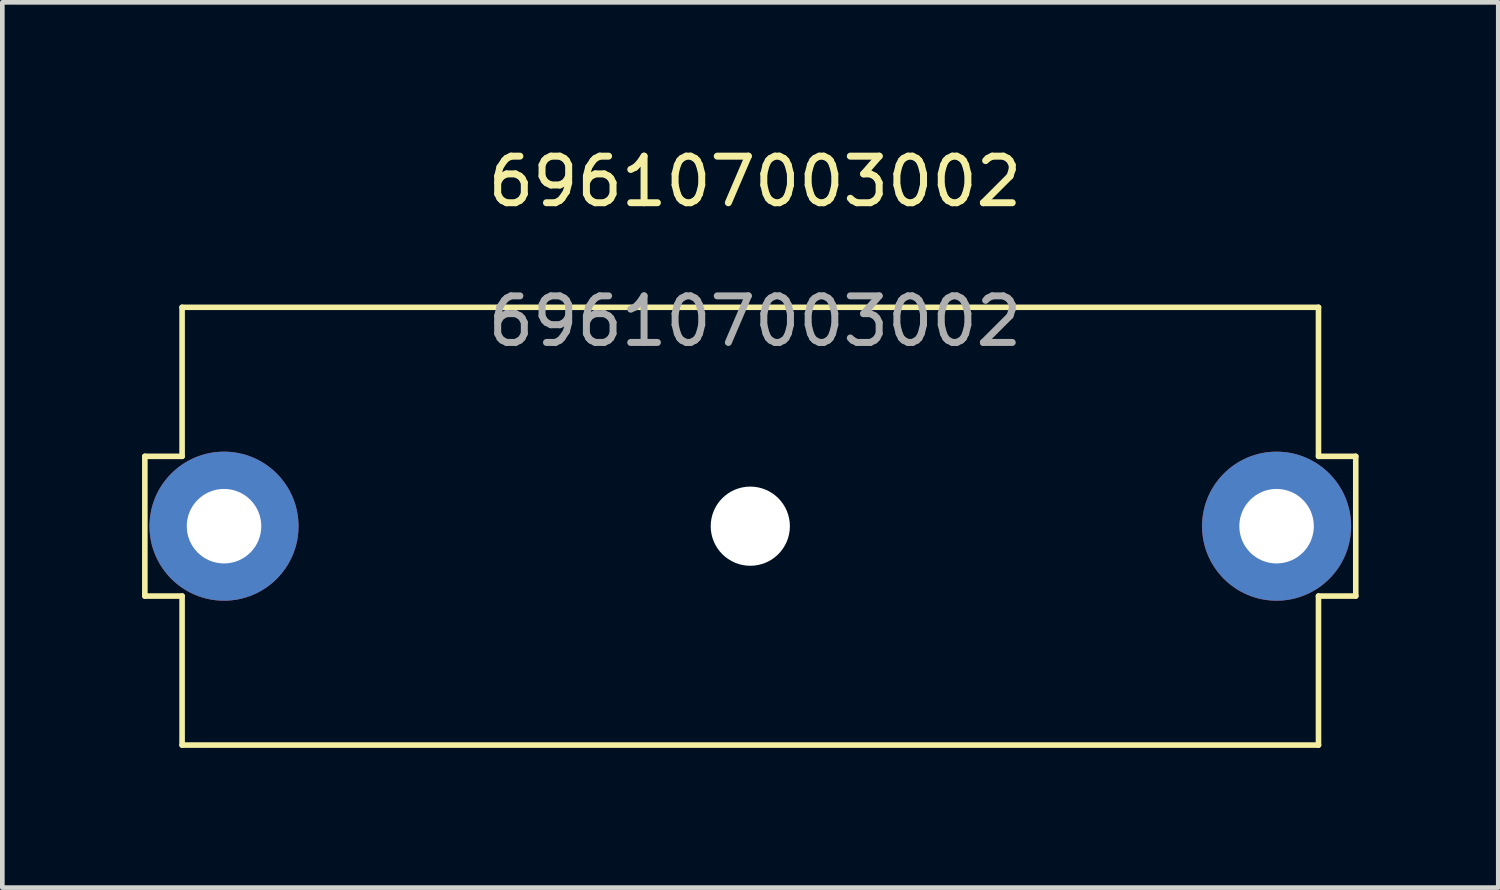
<source format=kicad_pcb>
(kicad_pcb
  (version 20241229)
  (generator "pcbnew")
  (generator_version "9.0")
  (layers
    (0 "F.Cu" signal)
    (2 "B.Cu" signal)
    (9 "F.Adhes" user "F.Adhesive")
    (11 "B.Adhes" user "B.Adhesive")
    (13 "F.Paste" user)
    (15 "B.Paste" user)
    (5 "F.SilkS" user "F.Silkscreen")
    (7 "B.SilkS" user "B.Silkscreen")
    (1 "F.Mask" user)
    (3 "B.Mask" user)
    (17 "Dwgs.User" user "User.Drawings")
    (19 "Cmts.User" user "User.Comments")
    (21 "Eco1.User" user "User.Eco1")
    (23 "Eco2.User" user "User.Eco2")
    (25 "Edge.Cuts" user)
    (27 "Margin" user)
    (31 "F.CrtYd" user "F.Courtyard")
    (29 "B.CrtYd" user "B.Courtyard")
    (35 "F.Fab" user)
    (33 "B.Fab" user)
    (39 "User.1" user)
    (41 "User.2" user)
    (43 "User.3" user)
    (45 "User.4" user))
  (footprint "696107003002"
    (layer "F.Cu")
    (at 13.06 8.248)
    (property "Reference" "696107003002" (at 0.1 -7.4 0) (unlocked yes) (layer "F.SilkS") (effects (font (size 1 1) (thickness 0.15))))
    (attr through_hole)
    (fp_line (start -13 -1.5) (end -13 1.5) (stroke (width 0.12) (type solid)) (layer "F.SilkS"))
    (fp_line (start -13 1.5) (end -12.2 1.5) (stroke (width 0.12) (type solid)) (layer "F.SilkS"))
    (fp_line (start -12.2 -4.7) (end -12.2 -1.5) (stroke (width 0.12) (type solid)) (layer "F.SilkS"))
    (fp_line (start -12.2 -4.7) (end 12.2 -4.7) (stroke (width 0.12) (type solid)) (layer "F.SilkS"))
    (fp_line (start -12.2 -1.5) (end -13 -1.5) (stroke (width 0.12) (type solid)) (layer "F.SilkS"))
    (fp_line (start -12.2 1.5) (end -12.2 4.7) (stroke (width 0.12) (type solid)) (layer "F.SilkS"))
    (fp_line (start 12.2 -4.7) (end 12.2 -1.5) (stroke (width 0.12) (type solid)) (layer "F.SilkS"))
    (fp_line (start 12.2 4.7) (end -12.2 4.7) (stroke (width 0.12) (type solid)) (layer "F.SilkS"))
    (fp_line (start 12.2 4.7) (end 12.2 1.5) (stroke (width 0.12) (type solid)) (layer "F.SilkS"))
    (fp_line (start 13 -1.5) (end 12.2 -1.5) (stroke (width 0.12) (type solid)) (layer "F.SilkS"))
    (fp_line (start 13 -1.5) (end 13 1.5) (stroke (width 0.12) (type solid)) (layer "F.SilkS"))
    (fp_line (start 13 1.5) (end 12.2 1.5) (stroke (width 0.12) (type solid)) (layer "F.SilkS"))
    (fp_text user "${REFERENCE}" (at 0.1 -4.4 0) (unlocked yes) (layer "F.Fab") (effects (font (size 1 1) (thickness 0.15))))
    (pad "" np_thru_hole circle (at 0 0) (size 1.7 1.7) (drill 1.7) (layers "*.Cu" "*.Mask"))
    (pad "1" thru_hole circle (at -11.3 0) (size 3.2 3.2) (drill 1.6) (layers "*.Cu" "*.Mask"))
    (pad "2" thru_hole circle (at 11.3 0) (size 3.2 3.2) (drill 1.6) (layers "*.Cu" "*.Mask")))
  (gr_rect
    (start -3 -3)
    (end 29.12 16.008)
    (stroke (width 0.1) (type default))
    (fill no)
    (layer "Edge.Cuts")))
</source>
